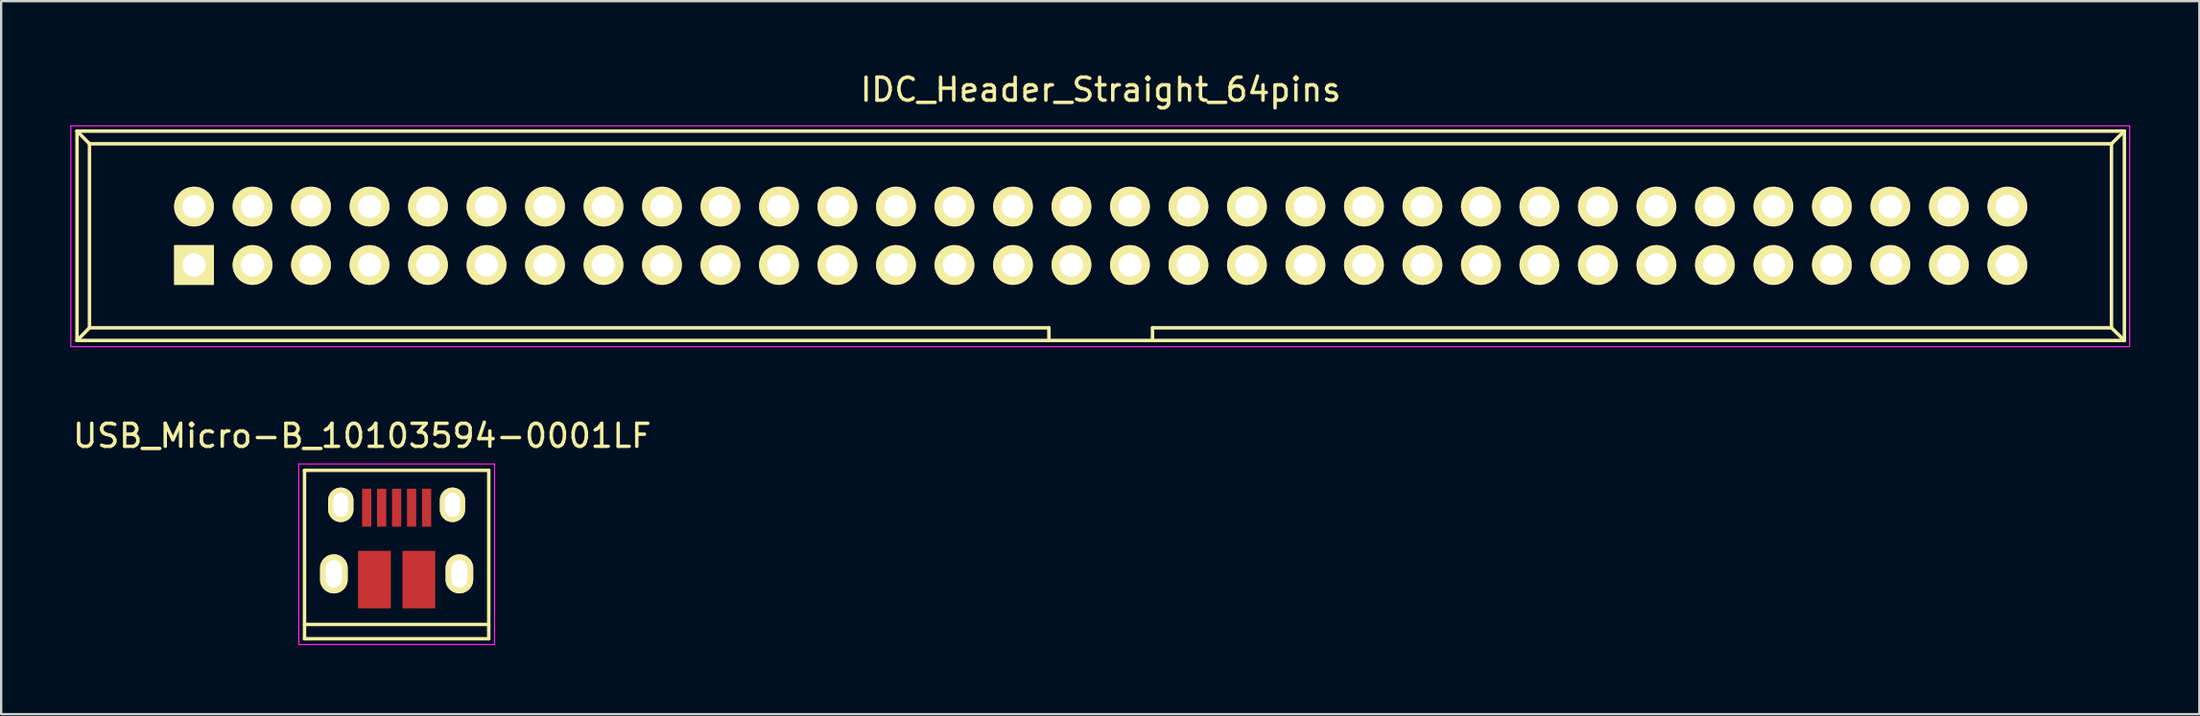
<source format=kicad_pcb>
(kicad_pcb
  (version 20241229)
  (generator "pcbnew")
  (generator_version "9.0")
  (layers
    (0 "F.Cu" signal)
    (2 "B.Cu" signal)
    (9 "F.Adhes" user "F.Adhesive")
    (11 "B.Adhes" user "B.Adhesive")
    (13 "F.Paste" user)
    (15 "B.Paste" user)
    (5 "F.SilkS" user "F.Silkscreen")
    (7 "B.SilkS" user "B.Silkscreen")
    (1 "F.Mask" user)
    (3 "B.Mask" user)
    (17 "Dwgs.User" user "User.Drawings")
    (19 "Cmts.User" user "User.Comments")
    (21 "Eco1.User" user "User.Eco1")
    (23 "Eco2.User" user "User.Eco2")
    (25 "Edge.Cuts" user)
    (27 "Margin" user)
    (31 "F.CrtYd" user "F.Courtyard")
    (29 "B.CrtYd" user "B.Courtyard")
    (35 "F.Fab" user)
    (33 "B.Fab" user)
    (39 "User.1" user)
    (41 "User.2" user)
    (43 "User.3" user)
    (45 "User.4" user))
  (footprint "IDC_Header_Straight_64pins"
    (layer "F.Cu")
    (at 5.375 8.468)
    (property "Reference" "IDC_Header_Straight_64pins" (at 39.37 -7.62 0) (layer "F.SilkS") (effects (font (size 1 1) (thickness 0.15))))
    (attr through_hole)
    (fp_line (start -5.08 -5.82) (end -5.08 3.28) (stroke (width 0.15) (type solid)) (layer "F.SilkS"))
    (fp_line (start -5.08 -5.82) (end -4.54 -5.27) (stroke (width 0.15) (type solid)) (layer "F.SilkS"))
    (fp_line (start -5.08 -5.82) (end 83.82 -5.82) (stroke (width 0.15) (type solid)) (layer "F.SilkS"))
    (fp_line (start -5.08 3.28) (end -4.54 2.73) (stroke (width 0.15) (type solid)) (layer "F.SilkS"))
    (fp_line (start -5.08 3.28) (end 83.82 3.28) (stroke (width 0.15) (type solid)) (layer "F.SilkS"))
    (fp_line (start -4.54 -5.27) (end -4.54 2.73) (stroke (width 0.15) (type solid)) (layer "F.SilkS"))
    (fp_line (start -4.54 -5.27) (end 83.26 -5.27) (stroke (width 0.15) (type solid)) (layer "F.SilkS"))
    (fp_line (start -4.54 2.73) (end 37.12 2.73) (stroke (width 0.15) (type solid)) (layer "F.SilkS"))
    (fp_line (start 37.12 2.73) (end 37.12 3.28) (stroke (width 0.15) (type solid)) (layer "F.SilkS"))
    (fp_line (start 41.62 2.73) (end 41.62 3.28) (stroke (width 0.15) (type solid)) (layer "F.SilkS"))
    (fp_line (start 41.62 2.73) (end 83.26 2.73) (stroke (width 0.15) (type solid)) (layer "F.SilkS"))
    (fp_line (start 83.26 -5.27) (end 83.26 2.73) (stroke (width 0.15) (type solid)) (layer "F.SilkS"))
    (fp_line (start 83.82 -5.82) (end 83.26 -5.27) (stroke (width 0.15) (type solid)) (layer "F.SilkS"))
    (fp_line (start 83.82 -5.82) (end 83.82 3.28) (stroke (width 0.15) (type solid)) (layer "F.SilkS"))
    (fp_line (start 83.82 3.28) (end 83.26 2.73) (stroke (width 0.15) (type solid)) (layer "F.SilkS"))
    (fp_line (start -5.35 -6.05) (end 84.05 -6.05) (stroke (width 0.05) (type solid)) (layer "F.CrtYd"))
    (fp_line (start -5.35 3.55) (end -5.35 -6.05) (stroke (width 0.05) (type solid)) (layer "F.CrtYd"))
    (fp_line (start 84.05 -6.05) (end 84.05 3.55) (stroke (width 0.05) (type solid)) (layer "F.CrtYd"))
    (fp_line (start 84.05 3.55) (end -5.35 3.55) (stroke (width 0.05) (type solid)) (layer "F.CrtYd"))
    (pad "1" thru_hole rect (at 0 0) (size 1.727 1.727) (drill 1.016) (layers "*.Cu" "*.Mask" "F.SilkS"))
    (pad "2" thru_hole oval (at 0 -2.54) (size 1.727 1.727) (drill 1.016) (layers "*.Cu" "*.Mask" "F.SilkS"))
    (pad "3" thru_hole oval (at 2.54 0) (size 1.727 1.727) (drill 1.016) (layers "*.Cu" "*.Mask" "F.SilkS"))
    (pad "4" thru_hole oval (at 2.54 -2.54) (size 1.727 1.727) (drill 1.016) (layers "*.Cu" "*.Mask" "F.SilkS"))
    (pad "5" thru_hole oval (at 5.08 0) (size 1.727 1.727) (drill 1.016) (layers "*.Cu" "*.Mask" "F.SilkS"))
    (pad "6" thru_hole oval (at 5.08 -2.54) (size 1.727 1.727) (drill 1.016) (layers "*.Cu" "*.Mask" "F.SilkS"))
    (pad "7" thru_hole oval (at 7.62 0) (size 1.727 1.727) (drill 1.016) (layers "*.Cu" "*.Mask" "F.SilkS"))
    (pad "8" thru_hole oval (at 7.62 -2.54) (size 1.727 1.727) (drill 1.016) (layers "*.Cu" "*.Mask" "F.SilkS"))
    (pad "9" thru_hole oval (at 10.16 0) (size 1.727 1.727) (drill 1.016) (layers "*.Cu" "*.Mask" "F.SilkS"))
    (pad "10" thru_hole oval (at 10.16 -2.54) (size 1.727 1.727) (drill 1.016) (layers "*.Cu" "*.Mask" "F.SilkS"))
    (pad "11" thru_hole oval (at 12.7 0) (size 1.727 1.727) (drill 1.016) (layers "*.Cu" "*.Mask" "F.SilkS"))
    (pad "12" thru_hole oval (at 12.7 -2.54) (size 1.727 1.727) (drill 1.016) (layers "*.Cu" "*.Mask" "F.SilkS"))
    (pad "13" thru_hole oval (at 15.24 0) (size 1.727 1.727) (drill 1.016) (layers "*.Cu" "*.Mask" "F.SilkS"))
    (pad "14" thru_hole oval (at 15.24 -2.54) (size 1.727 1.727) (drill 1.016) (layers "*.Cu" "*.Mask" "F.SilkS"))
    (pad "15" thru_hole oval (at 17.78 0) (size 1.727 1.727) (drill 1.016) (layers "*.Cu" "*.Mask" "F.SilkS"))
    (pad "16" thru_hole oval (at 17.78 -2.54) (size 1.727 1.727) (drill 1.016) (layers "*.Cu" "*.Mask" "F.SilkS"))
    (pad "17" thru_hole oval (at 20.32 0) (size 1.727 1.727) (drill 1.016) (layers "*.Cu" "*.Mask" "F.SilkS"))
    (pad "18" thru_hole oval (at 20.32 -2.54) (size 1.727 1.727) (drill 1.016) (layers "*.Cu" "*.Mask" "F.SilkS"))
    (pad "19" thru_hole oval (at 22.86 0) (size 1.727 1.727) (drill 1.016) (layers "*.Cu" "*.Mask" "F.SilkS"))
    (pad "20" thru_hole oval (at 22.86 -2.54) (size 1.727 1.727) (drill 1.016) (layers "*.Cu" "*.Mask" "F.SilkS"))
    (pad "21" thru_hole oval (at 25.4 0) (size 1.727 1.727) (drill 1.016) (layers "*.Cu" "*.Mask" "F.SilkS"))
    (pad "22" thru_hole oval (at 25.4 -2.54) (size 1.727 1.727) (drill 1.016) (layers "*.Cu" "*.Mask" "F.SilkS"))
    (pad "23" thru_hole oval (at 27.94 0) (size 1.727 1.727) (drill 1.016) (layers "*.Cu" "*.Mask" "F.SilkS"))
    (pad "24" thru_hole oval (at 27.94 -2.54) (size 1.727 1.727) (drill 1.016) (layers "*.Cu" "*.Mask" "F.SilkS"))
    (pad "25" thru_hole oval (at 30.48 0) (size 1.727 1.727) (drill 1.016) (layers "*.Cu" "*.Mask" "F.SilkS"))
    (pad "26" thru_hole oval (at 30.48 -2.54) (size 1.727 1.727) (drill 1.016) (layers "*.Cu" "*.Mask" "F.SilkS"))
    (pad "27" thru_hole oval (at 33.02 0) (size 1.727 1.727) (drill 1.016) (layers "*.Cu" "*.Mask" "F.SilkS"))
    (pad "28" thru_hole oval (at 33.02 -2.54) (size 1.727 1.727) (drill 1.016) (layers "*.Cu" "*.Mask" "F.SilkS"))
    (pad "29" thru_hole oval (at 35.56 0) (size 1.727 1.727) (drill 1.016) (layers "*.Cu" "*.Mask" "F.SilkS"))
    (pad "30" thru_hole oval (at 35.56 -2.54) (size 1.727 1.727) (drill 1.016) (layers "*.Cu" "*.Mask" "F.SilkS"))
    (pad "31" thru_hole oval (at 38.1 0) (size 1.727 1.727) (drill 1.016) (layers "*.Cu" "*.Mask" "F.SilkS"))
    (pad "32" thru_hole oval (at 38.1 -2.54) (size 1.727 1.727) (drill 1.016) (layers "*.Cu" "*.Mask" "F.SilkS"))
    (pad "33" thru_hole oval (at 40.64 0) (size 1.727 1.727) (drill 1.016) (layers "*.Cu" "*.Mask" "F.SilkS"))
    (pad "34" thru_hole oval (at 40.64 -2.54) (size 1.727 1.727) (drill 1.016) (layers "*.Cu" "*.Mask" "F.SilkS"))
    (pad "35" thru_hole oval (at 43.18 0) (size 1.727 1.727) (drill 1.016) (layers "*.Cu" "*.Mask" "F.SilkS"))
    (pad "36" thru_hole oval (at 43.18 -2.54) (size 1.727 1.727) (drill 1.016) (layers "*.Cu" "*.Mask" "F.SilkS"))
    (pad "37" thru_hole oval (at 45.72 0) (size 1.727 1.727) (drill 1.016) (layers "*.Cu" "*.Mask" "F.SilkS"))
    (pad "38" thru_hole oval (at 45.72 -2.54) (size 1.727 1.727) (drill 1.016) (layers "*.Cu" "*.Mask" "F.SilkS"))
    (pad "39" thru_hole oval (at 48.26 0) (size 1.727 1.727) (drill 1.016) (layers "*.Cu" "*.Mask" "F.SilkS"))
    (pad "40" thru_hole oval (at 48.26 -2.54) (size 1.727 1.727) (drill 1.016) (layers "*.Cu" "*.Mask" "F.SilkS"))
    (pad "41" thru_hole oval (at 50.8 0) (size 1.727 1.727) (drill 1.016) (layers "*.Cu" "*.Mask" "F.SilkS"))
    (pad "42" thru_hole oval (at 50.8 -2.54) (size 1.727 1.727) (drill 1.016) (layers "*.Cu" "*.Mask" "F.SilkS"))
    (pad "43" thru_hole oval (at 53.34 0) (size 1.727 1.727) (drill 1.016) (layers "*.Cu" "*.Mask" "F.SilkS"))
    (pad "44" thru_hole oval (at 53.34 -2.54) (size 1.727 1.727) (drill 1.016) (layers "*.Cu" "*.Mask" "F.SilkS"))
    (pad "45" thru_hole oval (at 55.88 0) (size 1.727 1.727) (drill 1.016) (layers "*.Cu" "*.Mask" "F.SilkS"))
    (pad "46" thru_hole oval (at 55.88 -2.54) (size 1.727 1.727) (drill 1.016) (layers "*.Cu" "*.Mask" "F.SilkS"))
    (pad "47" thru_hole oval (at 58.42 0) (size 1.727 1.727) (drill 1.016) (layers "*.Cu" "*.Mask" "F.SilkS"))
    (pad "48" thru_hole oval (at 58.42 -2.54) (size 1.727 1.727) (drill 1.016) (layers "*.Cu" "*.Mask" "F.SilkS"))
    (pad "49" thru_hole oval (at 60.96 0) (size 1.727 1.727) (drill 1.016) (layers "*.Cu" "*.Mask" "F.SilkS"))
    (pad "50" thru_hole oval (at 60.96 -2.54) (size 1.727 1.727) (drill 1.016) (layers "*.Cu" "*.Mask" "F.SilkS"))
    (pad "51" thru_hole oval (at 63.5 0) (size 1.727 1.727) (drill 1.016) (layers "*.Cu" "*.Mask" "F.SilkS"))
    (pad "52" thru_hole oval (at 63.5 -2.54) (size 1.727 1.727) (drill 1.016) (layers "*.Cu" "*.Mask" "F.SilkS"))
    (pad "53" thru_hole oval (at 66.04 0) (size 1.727 1.727) (drill 1.016) (layers "*.Cu" "*.Mask" "F.SilkS"))
    (pad "54" thru_hole oval (at 66.04 -2.54) (size 1.727 1.727) (drill 1.016) (layers "*.Cu" "*.Mask" "F.SilkS"))
    (pad "55" thru_hole oval (at 68.58 0) (size 1.727 1.727) (drill 1.016) (layers "*.Cu" "*.Mask" "F.SilkS"))
    (pad "56" thru_hole oval (at 68.58 -2.54) (size 1.727 1.727) (drill 1.016) (layers "*.Cu" "*.Mask" "F.SilkS"))
    (pad "57" thru_hole oval (at 71.12 0) (size 1.727 1.727) (drill 1.016) (layers "*.Cu" "*.Mask" "F.SilkS"))
    (pad "58" thru_hole oval (at 71.12 -2.54) (size 1.727 1.727) (drill 1.016) (layers "*.Cu" "*.Mask" "F.SilkS"))
    (pad "59" thru_hole oval (at 73.66 0) (size 1.727 1.727) (drill 1.016) (layers "*.Cu" "*.Mask" "F.SilkS"))
    (pad "60" thru_hole oval (at 73.66 -2.54) (size 1.727 1.727) (drill 1.016) (layers "*.Cu" "*.Mask" "F.SilkS"))
    (pad "61" thru_hole oval (at 76.2 0) (size 1.727 1.727) (drill 1.016) (layers "*.Cu" "*.Mask" "F.SilkS"))
    (pad "62" thru_hole oval (at 76.2 -2.54) (size 1.727 1.727) (drill 1.016) (layers "*.Cu" "*.Mask" "F.SilkS"))
    (pad "63" thru_hole oval (at 78.74 0) (size 1.727 1.727) (drill 1.016) (layers "*.Cu" "*.Mask" "F.SilkS"))
    (pad "64" thru_hole oval (at 78.74 -2.54) (size 1.727 1.727) (drill 1.016) (layers "*.Cu" "*.Mask" "F.SilkS")))
  (footprint "USB_Micro-B_10103594-0001LF"
    (layer "F.Cu")
    (at 14.173 20.517)
    (property "Reference" "USB_Micro-B_10103594-0001LF" (at -1.5 -4.625 0) (layer "F.SilkS") (effects (font (size 1 1) (thickness 0.15))))
    (attr smd)
    (fp_line (start -4 -3.125) (end 4 -3.125) (stroke (width 0.15) (type solid)) (layer "F.SilkS"))
    (fp_line (start -4 4.195) (end -4 -3.125) (stroke (width 0.15) (type solid)) (layer "F.SilkS"))
    (fp_line (start -4 4.195) (end 4 4.195) (stroke (width 0.15) (type solid)) (layer "F.SilkS"))
    (fp_line (start 4 -3.125) (end 4 4.195) (stroke (width 0.15) (type solid)) (layer "F.SilkS"))
    (fp_line (start 4 3.575) (end -4 3.575) (stroke (width 0.15) (type solid)) (layer "F.SilkS"))
    (fp_line (start -4.25 -3.4) (end 4.25 -3.4) (stroke (width 0.05) (type solid)) (layer "F.CrtYd"))
    (fp_line (start -4.25 4.45) (end -4.25 -3.4) (stroke (width 0.05) (type solid)) (layer "F.CrtYd"))
    (fp_line (start 4.25 -3.4) (end 4.25 4.45) (stroke (width 0.05) (type solid)) (layer "F.CrtYd"))
    (fp_line (start 4.25 4.45) (end -4.25 4.45) (stroke (width 0.05) (type solid)) (layer "F.CrtYd"))
    (pad "1" smd rect (at -1.3 -1.5 90) (size 1.65 0.4) (layers "F.Cu" "F.Mask" "F.Paste"))
    (pad "2" smd rect (at -0.65 -1.5 90) (size 1.65 0.4) (layers "F.Cu" "F.Mask" "F.Paste"))
    (pad "3" smd rect (at -0.001 -1.5 90) (size 1.65 0.4) (layers "F.Cu" "F.Mask" "F.Paste"))
    (pad "4" smd rect (at 0.65 -1.5 90) (size 1.65 0.4) (layers "F.Cu" "F.Mask" "F.Paste"))
    (pad "5" smd rect (at 1.3 -1.5 90) (size 1.65 0.4) (layers "F.Cu" "F.Mask" "F.Paste"))
    (pad "6" thru_hole oval (at -2.725 1.375 90) (size 1.7 1.2) (drill oval 1.2 0.7) (layers "*.Cu" "*.Mask" "F.SilkS"))
    (pad "6" thru_hole oval (at -2.425 -1.625 90) (size 1.5 1.1) (drill oval 1.05 0.65) (layers "*.Cu" "*.Mask" "F.SilkS"))
    (pad "6" smd rect (at -0.963 1.625 90) (size 2.5 1.425) (layers "F.Cu" "F.Mask" "F.Paste"))
    (pad "6" smd rect (at 0.963 1.625 90) (size 2.5 1.425) (layers "F.Cu" "F.Mask" "F.Paste"))
    (pad "6" thru_hole oval (at 2.425 -1.625 90) (size 1.5 1.1) (drill oval 1.05 0.65) (layers "*.Cu" "*.Mask" "F.SilkS"))
    (pad "6" thru_hole oval (at 2.725 1.375 90) (size 1.7 1.2) (drill oval 1.2 0.7) (layers "*.Cu" "*.Mask" "F.SilkS")))
  (gr_rect
    (start -3 -3)
    (end 92.45 27.991)
    (stroke (width 0.1) (type default))
    (fill no)
    (layer "Edge.Cuts")))
</source>
